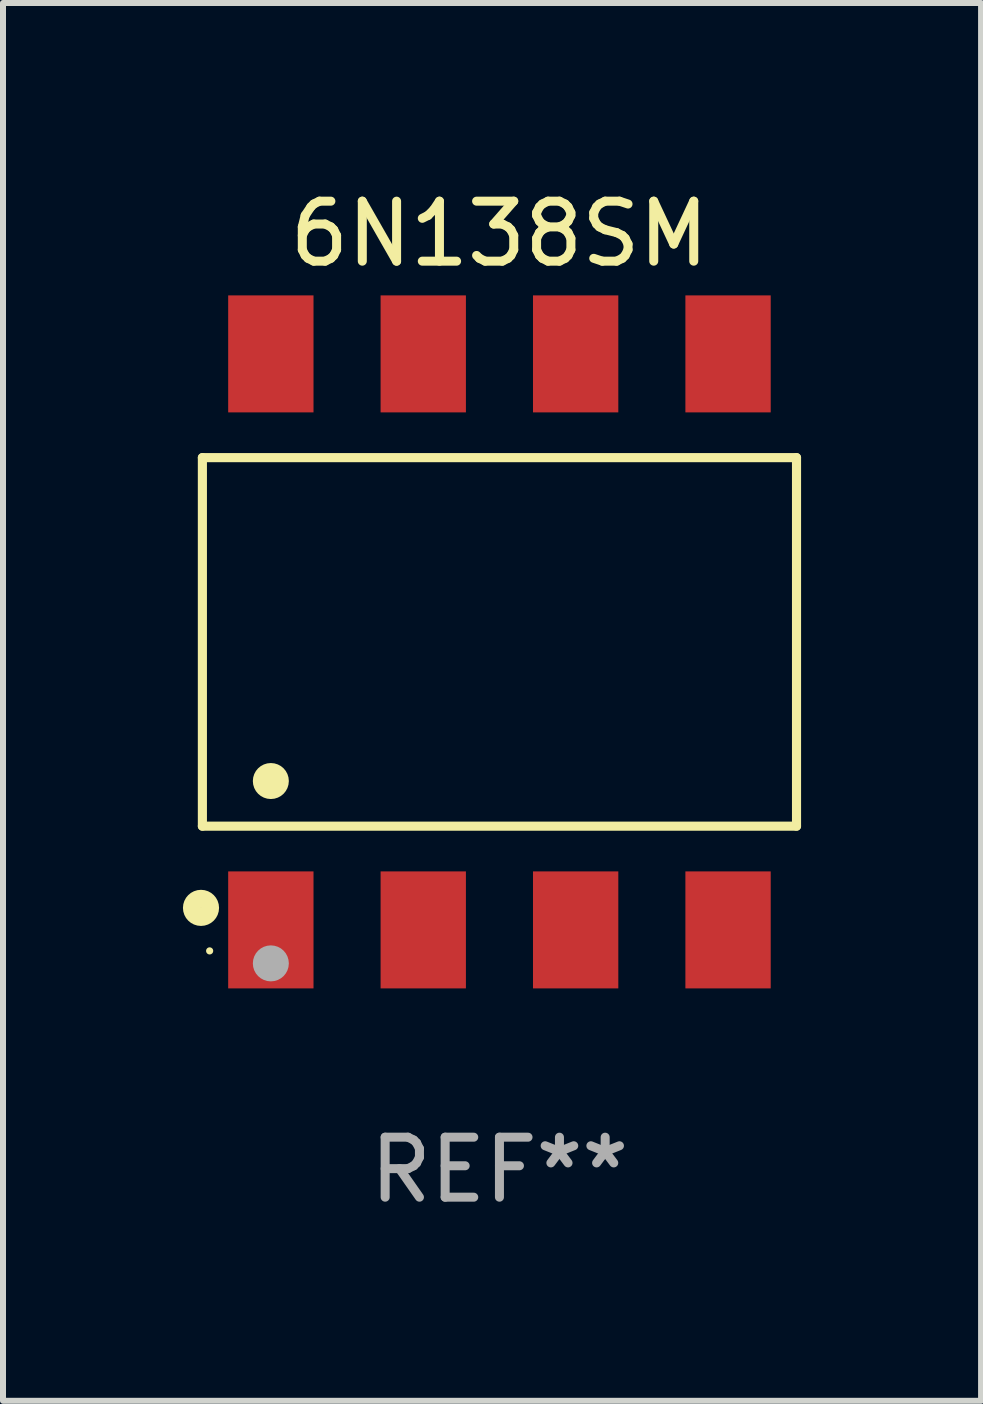
<source format=kicad_pcb>
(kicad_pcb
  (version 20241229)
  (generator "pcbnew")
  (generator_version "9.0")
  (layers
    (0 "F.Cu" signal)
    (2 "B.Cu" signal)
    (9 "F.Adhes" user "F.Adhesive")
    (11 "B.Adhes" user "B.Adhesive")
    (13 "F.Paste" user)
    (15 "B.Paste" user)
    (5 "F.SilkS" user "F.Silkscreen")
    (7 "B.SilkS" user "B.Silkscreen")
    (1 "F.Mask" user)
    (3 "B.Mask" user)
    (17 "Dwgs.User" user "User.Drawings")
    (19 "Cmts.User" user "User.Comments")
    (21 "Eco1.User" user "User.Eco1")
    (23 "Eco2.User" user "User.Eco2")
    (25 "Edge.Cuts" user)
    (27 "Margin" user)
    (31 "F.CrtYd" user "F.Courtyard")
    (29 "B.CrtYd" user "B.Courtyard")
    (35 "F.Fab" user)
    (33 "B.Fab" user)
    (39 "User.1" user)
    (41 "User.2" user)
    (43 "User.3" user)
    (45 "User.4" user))
  (footprint "6N138SM"
    (layer "F.Cu")
    (at 5.274 7.648)
    (property "Reference" "6N138SM" (at 0 -6.8 0) (layer "F.SilkS") (effects (font (size 1 1) (thickness 0.15))))
    (attr through_hole)
    (fp_line (start -4.951 -3.071) (end 4.951 -3.071) (stroke (width 0.152) (type solid)) (layer "F.SilkS"))
    (fp_line (start -4.951 3.071) (end -4.951 -3.071) (stroke (width 0.152) (type solid)) (layer "F.SilkS"))
    (fp_line (start 4.951 -3.071) (end 4.951 3.071) (stroke (width 0.152) (type solid)) (layer "F.SilkS"))
    (fp_line (start 4.951 3.071) (end -4.951 3.071) (stroke (width 0.152) (type solid)) (layer "F.SilkS"))
    (fp_circle (center -4.974 4.433) (end -4.823 4.433) (stroke (width 0.3) (type solid)) (fill no) (layer "F.SilkS"))
    (fp_circle (center -4.83 5.15) (end -4.8 5.15) (stroke (width 0.06) (type solid)) (fill no) (layer "F.SilkS"))
    (fp_circle (center -3.81 2.319) (end -3.66 2.319) (stroke (width 0.3) (type solid)) (fill no) (layer "F.SilkS"))
    (fp_circle (center -3.81 5.358) (end -3.66 5.358) (stroke (width 0.3) (type solid)) (fill no) (layer "F.Fab"))
    (fp_text user "REF**" (at 0 8.8 0) (layer "F.Fab") (effects (font (size 1 1) (thickness 0.15))))
    (pad "1" smd rect (at -3.81 4.8) (size 1.422 1.95) (layers "F.Cu" "F.Mask" "F.Paste"))
    (pad "2" smd rect (at -1.27 4.8) (size 1.422 1.95) (layers "F.Cu" "F.Mask" "F.Paste"))
    (pad "3" smd rect (at 1.27 4.8) (size 1.422 1.95) (layers "F.Cu" "F.Mask" "F.Paste"))
    (pad "4" smd rect (at 3.81 4.8) (size 1.422 1.95) (layers "F.Cu" "F.Mask" "F.Paste"))
    (pad "5" smd rect (at 3.81 -4.8) (size 1.422 1.95) (layers "F.Cu" "F.Mask" "F.Paste"))
    (pad "6" smd rect (at 1.27 -4.8) (size 1.422 1.95) (layers "F.Cu" "F.Mask" "F.Paste"))
    (pad "7" smd rect (at -1.27 -4.8) (size 1.422 1.95) (layers "F.Cu" "F.Mask" "F.Paste"))
    (pad "8" smd rect (at -3.81 -4.8) (size 1.422 1.95) (layers "F.Cu" "F.Mask" "F.Paste")))
  (gr_rect
    (start -3 -3)
    (end 13.301 20.296)
    (stroke (width 0.1) (type default))
    (fill no)
    (layer "Edge.Cuts")))
</source>
